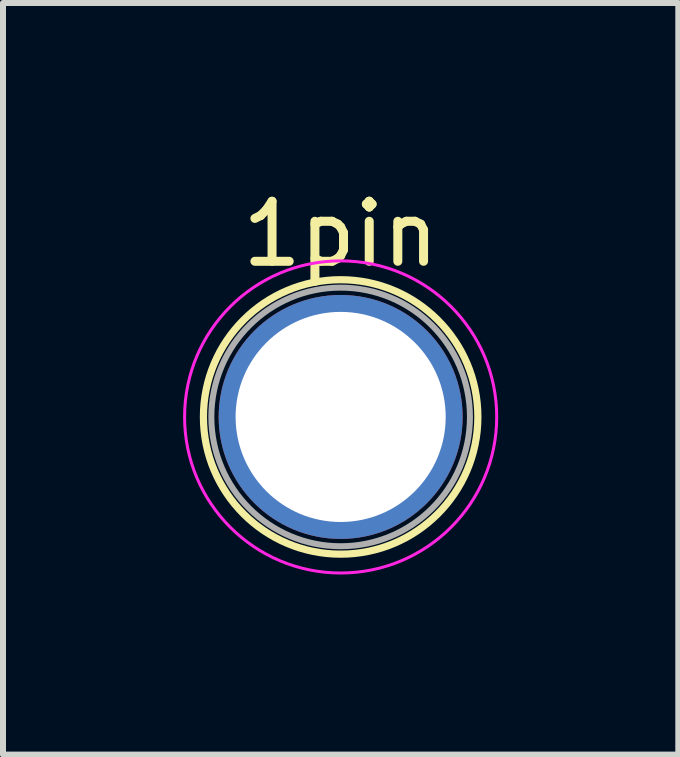
<source format=kicad_pcb>
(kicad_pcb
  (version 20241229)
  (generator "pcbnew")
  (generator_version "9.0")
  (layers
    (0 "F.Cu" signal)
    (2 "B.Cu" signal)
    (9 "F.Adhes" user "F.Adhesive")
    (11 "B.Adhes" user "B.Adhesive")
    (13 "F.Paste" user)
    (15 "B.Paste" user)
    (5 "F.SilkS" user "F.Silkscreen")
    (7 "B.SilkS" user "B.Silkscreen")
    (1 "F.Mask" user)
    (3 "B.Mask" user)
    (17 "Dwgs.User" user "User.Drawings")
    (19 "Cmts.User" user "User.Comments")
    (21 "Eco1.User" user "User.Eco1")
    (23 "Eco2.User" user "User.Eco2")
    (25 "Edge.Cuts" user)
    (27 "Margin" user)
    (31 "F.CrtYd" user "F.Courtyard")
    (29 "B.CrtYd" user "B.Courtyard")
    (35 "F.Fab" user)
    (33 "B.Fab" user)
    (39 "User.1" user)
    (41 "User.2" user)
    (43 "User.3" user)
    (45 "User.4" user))
  (footprint "1pin"
    (layer "F.Cu")
    (at 2.625 3.896)
    (property "Reference" "1pin" (at 0 -3.048 0) (layer "F.SilkS") (effects (font (size 1 1) (thickness 0.15))))
    (attr through_hole)
    (fp_circle (center 0 0) (end 0 -2.286) (stroke (width 0.12) (type solid)) (fill no) (layer "F.SilkS"))
    (fp_circle (center 0 0) (end 2.6 0) (stroke (width 0.05) (type solid)) (fill no) (layer "F.CrtYd"))
    (fp_circle (center 0 0) (end 2 0.8) (stroke (width 0.1) (type solid)) (fill no) (layer "F.Fab"))
    (pad "1" thru_hole circle (at 0 0) (size 4.064 4.064) (drill 3.5) (layers "*.Cu" "*.Mask")))
  (gr_rect
    (start -3 -3)
    (end 8.25 9.521)
    (stroke (width 0.1) (type default))
    (fill no)
    (layer "Edge.Cuts")))
</source>
